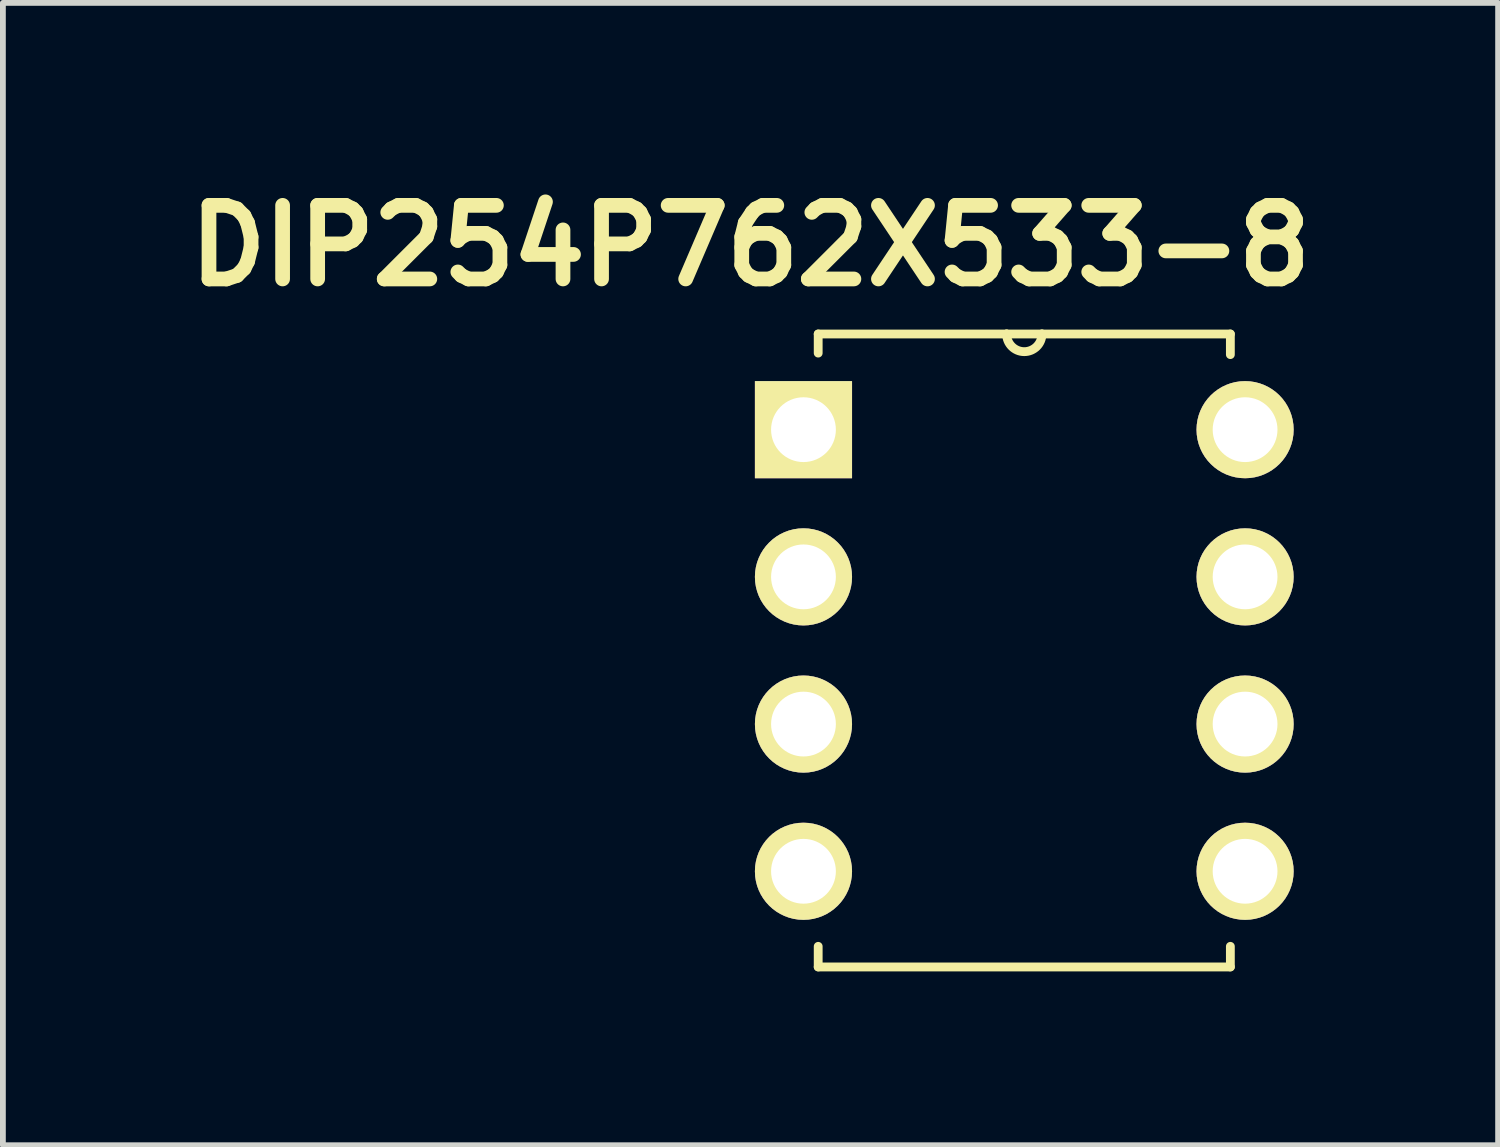
<source format=kicad_pcb>
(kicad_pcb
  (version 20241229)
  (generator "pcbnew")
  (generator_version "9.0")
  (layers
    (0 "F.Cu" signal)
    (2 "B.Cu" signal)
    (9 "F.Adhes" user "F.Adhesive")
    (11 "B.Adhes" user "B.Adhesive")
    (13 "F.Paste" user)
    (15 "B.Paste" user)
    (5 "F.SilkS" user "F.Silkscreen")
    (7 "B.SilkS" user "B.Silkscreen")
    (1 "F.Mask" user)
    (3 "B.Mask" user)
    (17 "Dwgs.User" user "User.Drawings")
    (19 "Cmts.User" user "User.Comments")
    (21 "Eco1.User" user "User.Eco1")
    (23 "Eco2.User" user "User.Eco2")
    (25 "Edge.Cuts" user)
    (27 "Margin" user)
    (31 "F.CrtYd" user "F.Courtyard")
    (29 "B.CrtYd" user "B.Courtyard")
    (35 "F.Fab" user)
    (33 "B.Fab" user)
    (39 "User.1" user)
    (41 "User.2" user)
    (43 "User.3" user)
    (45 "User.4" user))
  (footprint "DIP254P762X533-8"
    (layer "F.Cu")
    (at 18.434 11.984)
    (property "Reference" "DIP254P762X533-8" (at -8.534 -10.795 0) (layer "F.SilkS") (effects (font (size 1.27 1.27) (thickness 0.254))))
    (attr through_hole)
    (fp_line (start -7.366 -9.271) (end -7.366 -8.941) (stroke (width 0.152) (type solid)) (layer "F.SilkS"))
    (fp_line (start -7.366 1.295) (end -7.366 1.651) (stroke (width 0.152) (type solid)) (layer "F.SilkS"))
    (fp_line (start -7.366 1.651) (end -0.254 1.651) (stroke (width 0.152) (type solid)) (layer "F.SilkS"))
    (fp_line (start -4.115 -9.271) (end -7.366 -9.271) (stroke (width 0.152) (type solid)) (layer "F.SilkS"))
    (fp_line (start -3.505 -9.271) (end -4.115 -9.271) (stroke (width 0.152) (type solid)) (layer "F.SilkS"))
    (fp_line (start -0.254 -9.271) (end -3.505 -9.271) (stroke (width 0.152) (type solid)) (layer "F.SilkS"))
    (fp_line (start -0.254 -8.915) (end -0.254 -9.271) (stroke (width 0.152) (type solid)) (layer "F.SilkS"))
    (fp_line (start -0.254 1.651) (end -0.254 1.295) (stroke (width 0.152) (type solid)) (layer "F.SilkS"))
    (fp_arc (start -3.5052 -9.271) (mid -3.81 -8.9662) (end -4.1148 -9.271) (stroke (width 0.1524) (type solid)) (layer "F.SilkS"))
    (pad "1" thru_hole rect (at -7.62 -7.62 90) (size 1.676 1.676) (drill 1.118) (layers "*.Cu" "*.Mask" "F.SilkS"))
    (pad "2" thru_hole circle (at -7.62 -5.08 90) (size 1.676 1.676) (drill 1.118) (layers "*.Cu" "*.Mask" "F.SilkS"))
    (pad "3" thru_hole circle (at -7.62 -2.54 90) (size 1.676 1.676) (drill 1.118) (layers "*.Cu" "*.Mask" "F.SilkS"))
    (pad "4" thru_hole circle (at -7.62 0 90) (size 1.676 1.676) (drill 1.118) (layers "*.Cu" "*.Mask" "F.SilkS"))
    (pad "5" thru_hole circle (at 0 0 90) (size 1.676 1.676) (drill 1.118) (layers "*.Cu" "*.Mask" "F.SilkS"))
    (pad "6" thru_hole circle (at 0 -2.54 90) (size 1.676 1.676) (drill 1.118) (layers "*.Cu" "*.Mask" "F.SilkS"))
    (pad "7" thru_hole circle (at 0 -5.08 90) (size 1.676 1.676) (drill 1.118) (layers "*.Cu" "*.Mask" "F.SilkS"))
    (pad "8" thru_hole circle (at 0 -7.62 90) (size 1.676 1.676) (drill 1.118) (layers "*.Cu" "*.Mask" "F.SilkS")))
  (gr_rect
    (start -3 -3)
    (end 22.8 16.711)
    (stroke (width 0.1) (type default))
    (fill no)
    (layer "Edge.Cuts")))
</source>
